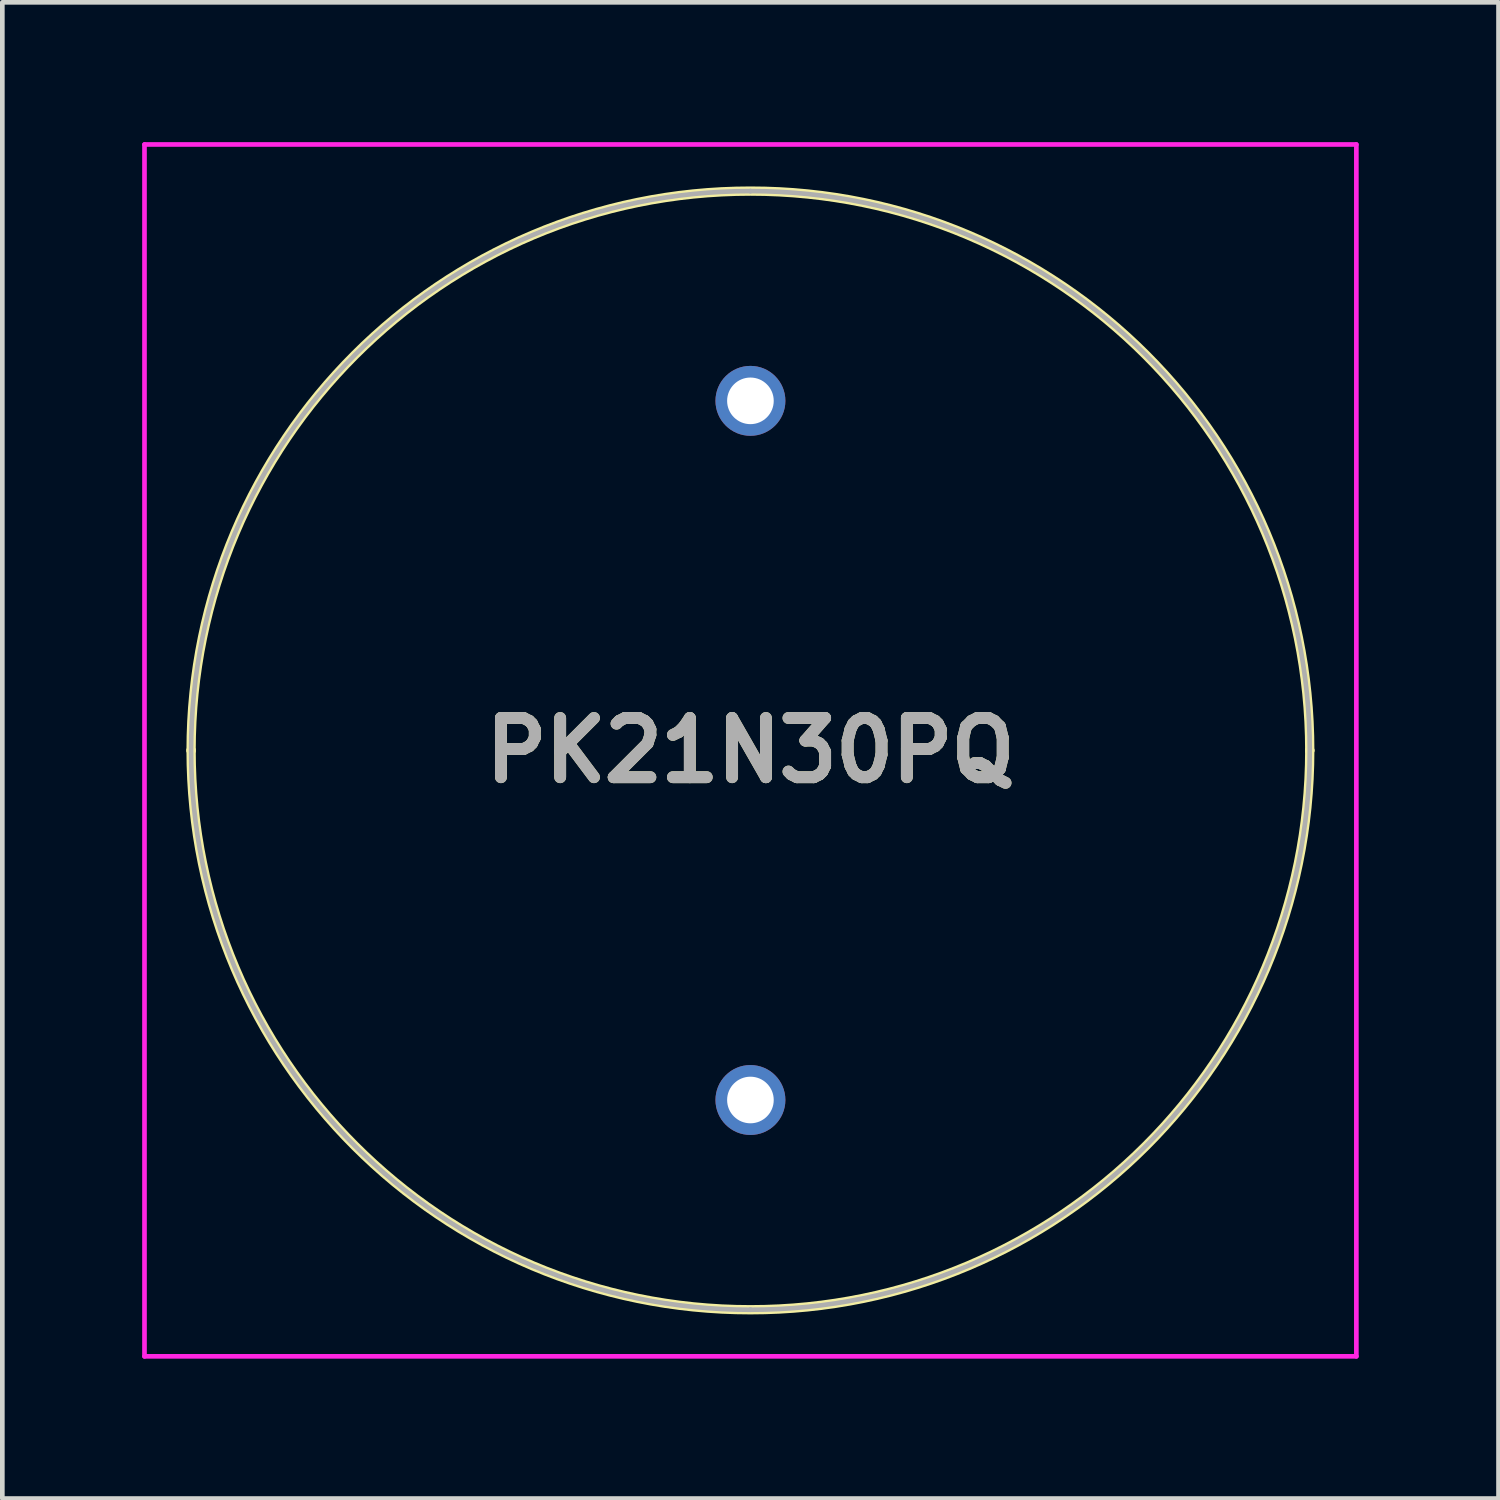
<source format=kicad_pcb>
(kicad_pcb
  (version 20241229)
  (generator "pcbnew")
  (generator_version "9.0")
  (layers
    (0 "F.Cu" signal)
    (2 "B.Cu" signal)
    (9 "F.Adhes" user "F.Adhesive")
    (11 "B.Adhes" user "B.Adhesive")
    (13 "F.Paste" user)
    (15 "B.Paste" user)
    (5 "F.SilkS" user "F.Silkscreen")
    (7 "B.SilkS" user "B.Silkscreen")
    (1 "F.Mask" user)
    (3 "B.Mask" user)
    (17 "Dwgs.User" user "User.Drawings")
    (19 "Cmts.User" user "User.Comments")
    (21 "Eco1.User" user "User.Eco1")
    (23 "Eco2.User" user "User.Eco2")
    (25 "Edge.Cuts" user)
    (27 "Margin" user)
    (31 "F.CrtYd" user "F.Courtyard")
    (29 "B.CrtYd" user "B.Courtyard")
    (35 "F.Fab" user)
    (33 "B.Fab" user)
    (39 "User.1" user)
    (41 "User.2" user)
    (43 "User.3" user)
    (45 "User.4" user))
  (footprint "PK21N30PQ"
    (layer "F.Cu")
    (at 13.05 20.55)
    (property "Reference" "PK21N30PQ" (at 0 -7.5 0) (layer "F.SilkS") (effects (font (size 1.27 1.27) (thickness 0.254))))
    (attr through_hole)
    (fp_line (start -12 -7.5) (end -12 -7.5) (stroke (width 0.2) (type solid)) (layer "F.SilkS"))
    (fp_line (start 12 -7.5) (end 12 -7.5) (stroke (width 0.2) (type solid)) (layer "F.SilkS"))
    (fp_arc (start -12 -7.5) (mid 0 -19.5) (end 12 -7.5) (stroke (width 0.2) (type solid)) (layer "F.SilkS"))
    (fp_arc (start 12 -7.5) (mid 0 4.5) (end -12 -7.5) (stroke (width 0.2) (type solid)) (layer "F.SilkS"))
    (fp_line (start -13 -20.5) (end 13 -20.5) (stroke (width 0.1) (type solid)) (layer "F.CrtYd"))
    (fp_line (start -13 5.5) (end -13 -20.5) (stroke (width 0.1) (type solid)) (layer "F.CrtYd"))
    (fp_line (start 13 -20.5) (end 13 5.5) (stroke (width 0.1) (type solid)) (layer "F.CrtYd"))
    (fp_line (start 13 5.5) (end -13 5.5) (stroke (width 0.1) (type solid)) (layer "F.CrtYd"))
    (fp_line (start 0 -19.5) (end 0 -19.5) (stroke (width 0.1) (type solid)) (layer "F.Fab"))
    (fp_line (start 0 4.5) (end 0 4.5) (stroke (width 0.1) (type solid)) (layer "F.Fab"))
    (fp_arc (start 0 -19.5) (mid 12 -7.5) (end 0 4.5) (stroke (width 0.1) (type solid)) (layer "F.Fab"))
    (fp_arc (start 0 4.5) (mid -12 -7.5) (end 0 -19.5) (stroke (width 0.1) (type solid)) (layer "F.Fab"))
    (fp_text user "${REFERENCE}" (at 0 -7.5 0) (layer "F.Fab") (effects (font (size 1.27 1.27) (thickness 0.254))))
    (pad "1" thru_hole circle (at 0 0) (size 1.5 1.5) (drill 1) (layers "*.Cu" "*.Mask"))
    (pad "2" thru_hole circle (at 0 -15) (size 1.5 1.5) (drill 1) (layers "*.Cu" "*.Mask")))
  (gr_rect
    (start -3 -3)
    (end 29.1 29.1)
    (stroke (width 0.1) (type default))
    (fill no)
    (layer "Edge.Cuts")))
</source>
